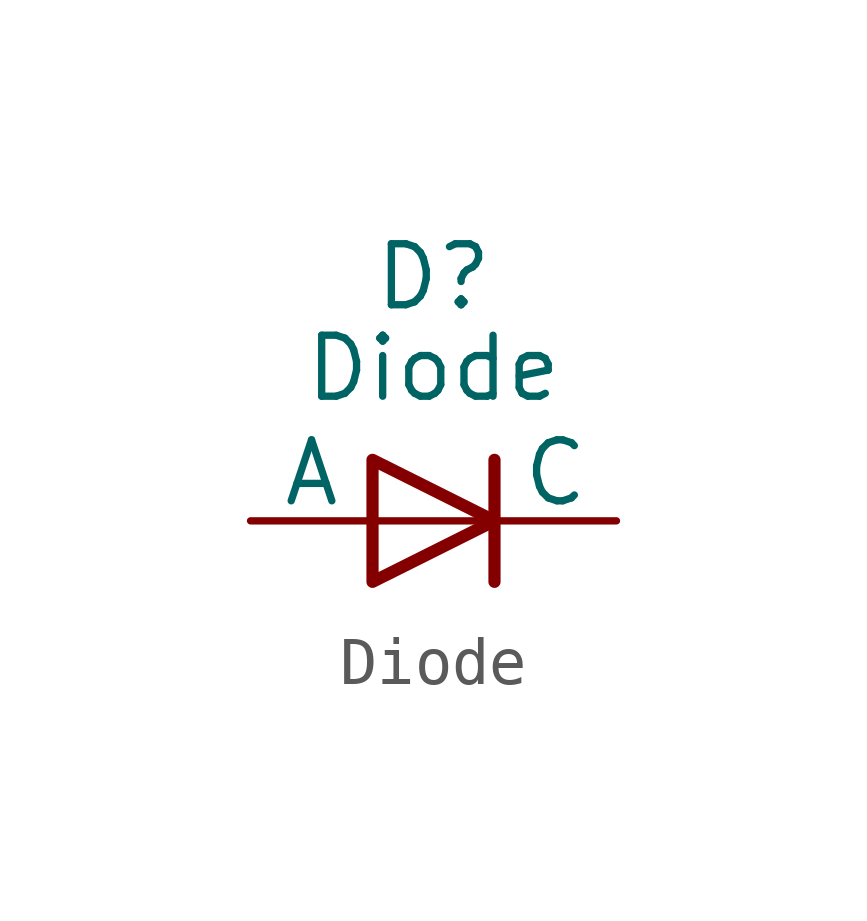
<source format=kicad_sym>
(kicad_symbol_lib
  (version 20220914)
  (generator kicad_symbol_editor)
  (symbol "Diode"
    (pin_numbers hide)
    (pin_names
      (offset 0))
    (property "Reference" "D"
      (at 0 5.08 0)
      (effects (font (size 1.27 1.27))))
    (property "Value" "Diode"
      (at 0 3.175 0)
      (effects (font (size 1.27 1.27))))
    (symbol "Diode_0_1"
      (polyline (pts (xy -1.27 0) (xy 1.27 0)) (stroke (width 0) (type default)) (fill (type none)))
      (polyline (pts (xy 1.27 -1.27) (xy 1.27 1.27)) (stroke (width 0.254) (type default)) (fill (type none)))
      (polyline (pts (xy -1.27 -1.27) (xy -1.27 1.27) (xy 1.27 0) (xy -1.27 -1.27)) (stroke (width 0.254) (type default)) (fill (type none))))
    (symbol "Diode_1_1"
      (pin passive line (at -3.81 0 0) (length 2.54) (name "A" (effects (font (size 1.27 1.27)))) (number "1" (effects (font (size 1.27 1.27)))))
      (pin passive line (at 3.81 0 180) (length 2.54) (name "C" (effects (font (size 1.27 1.27)))) (number "2" (effects (font (size 1.27 1.27))))))))
</source>
